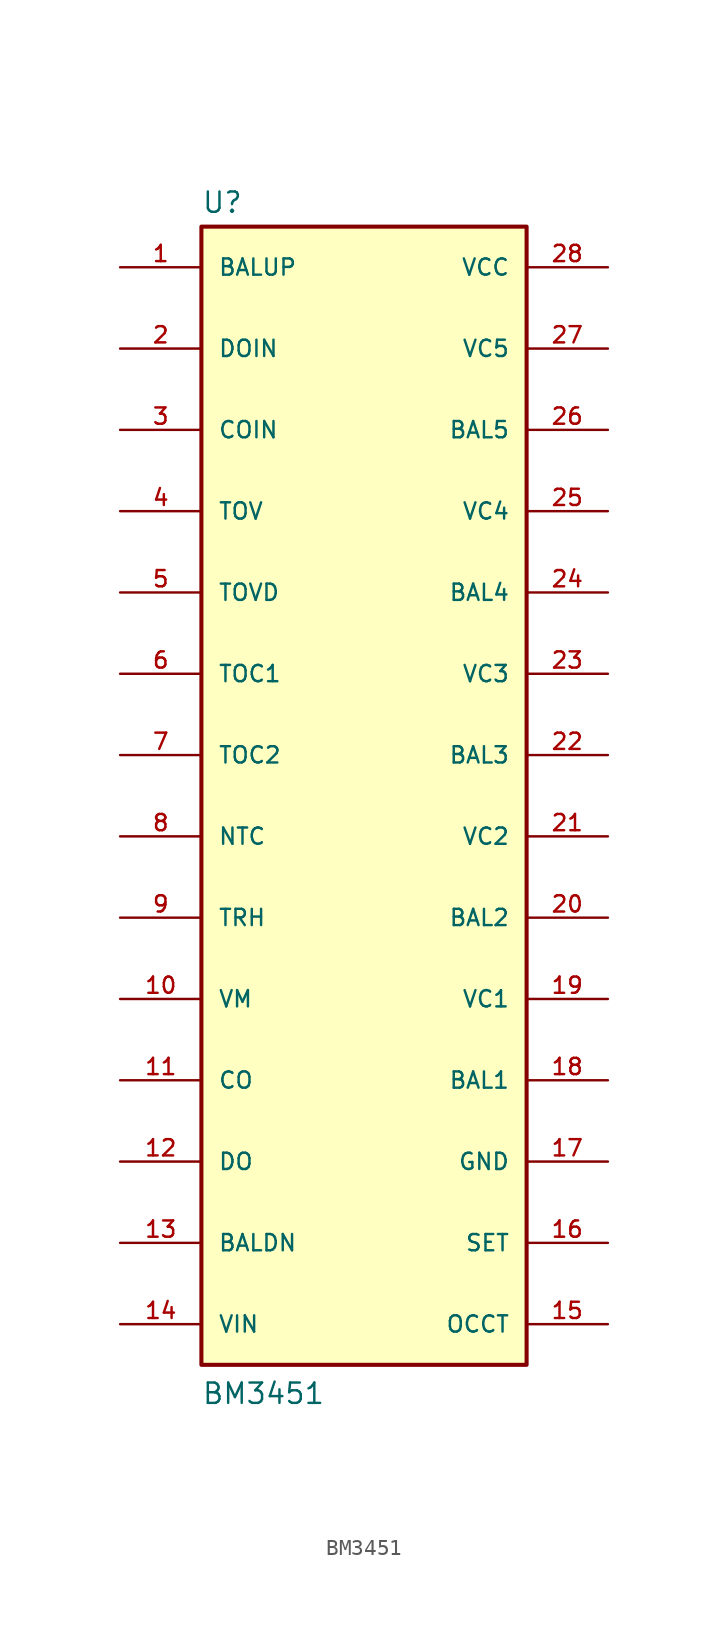
<source format=kicad_sym>
(kicad_symbol_lib
  (version 20211014)
  (generator kicad_symbol_editor)
  (symbol "BM3451"
    (pin_names
      (offset 1.016))
    (property "Reference" "U"
      (at -10.16 36.322 0)
      (effects (font (size 1.27 1.27)) (justify left bottom)))
    (property "Value" "BM3451"
      (at -10.16 -38.1 0)
      (effects (font (size 1.27 1.27)) (justify left bottom)))
    (property "ki_locked" ""
      (at 0 0 0)
      (effects (font (size 1.27 1.27))))
    (symbol "BM3451_0_0"
      (rectangle (start -10.16 -35.56) (end 10.16 35.56) (stroke (width 0.254) (type default) (color 0 0 0 0)) (fill (type background)))
      (pin bidirectional line (at -15.24 33.02 0) (length 5.08) (name "BALUP" (effects (font (size 1.016 1.016)))) (number "1" (effects (font (size 1.016 1.016)))))
      (pin bidirectional line (at -15.24 -12.7 0) (length 5.08) (name "VM" (effects (font (size 1.016 1.016)))) (number "10" (effects (font (size 1.016 1.016)))))
      (pin bidirectional line (at -15.24 -17.78 0) (length 5.08) (name "CO" (effects (font (size 1.016 1.016)))) (number "11" (effects (font (size 1.016 1.016)))))
      (pin bidirectional line (at -15.24 -22.86 0) (length 5.08) (name "DO" (effects (font (size 1.016 1.016)))) (number "12" (effects (font (size 1.016 1.016)))))
      (pin bidirectional line (at -15.24 -27.94 0) (length 5.08) (name "BALDN" (effects (font (size 1.016 1.016)))) (number "13" (effects (font (size 1.016 1.016)))))
      (pin bidirectional line (at -15.24 -33.02 0) (length 5.08) (name "VIN" (effects (font (size 1.016 1.016)))) (number "14" (effects (font (size 1.016 1.016)))))
      (pin bidirectional line (at 15.24 -33.02 180) (length 5.08) (name "OCCT" (effects (font (size 1.016 1.016)))) (number "15" (effects (font (size 1.016 1.016)))))
      (pin bidirectional line (at 15.24 -27.94 180) (length 5.08) (name "SET" (effects (font (size 1.016 1.016)))) (number "16" (effects (font (size 1.016 1.016)))))
      (pin bidirectional line (at 15.24 -22.86 180) (length 5.08) (name "GND" (effects (font (size 1.016 1.016)))) (number "17" (effects (font (size 1.016 1.016)))))
      (pin bidirectional line (at 15.24 -17.78 180) (length 5.08) (name "BAL1" (effects (font (size 1.016 1.016)))) (number "18" (effects (font (size 1.016 1.016)))))
      (pin bidirectional line (at 15.24 -12.7 180) (length 5.08) (name "VC1" (effects (font (size 1.016 1.016)))) (number "19" (effects (font (size 1.016 1.016)))))
      (pin bidirectional line (at -15.24 27.94 0) (length 5.08) (name "DOIN" (effects (font (size 1.016 1.016)))) (number "2" (effects (font (size 1.016 1.016)))))
      (pin bidirectional line (at 15.24 -7.62 180) (length 5.08) (name "BAL2" (effects (font (size 1.016 1.016)))) (number "20" (effects (font (size 1.016 1.016)))))
      (pin bidirectional line (at 15.24 -2.54 180) (length 5.08) (name "VC2" (effects (font (size 1.016 1.016)))) (number "21" (effects (font (size 1.016 1.016)))))
      (pin bidirectional line (at 15.24 2.54 180) (length 5.08) (name "BAL3" (effects (font (size 1.016 1.016)))) (number "22" (effects (font (size 1.016 1.016)))))
      (pin bidirectional line (at 15.24 7.62 180) (length 5.08) (name "VC3" (effects (font (size 1.016 1.016)))) (number "23" (effects (font (size 1.016 1.016)))))
      (pin bidirectional line (at 15.24 12.7 180) (length 5.08) (name "BAL4" (effects (font (size 1.016 1.016)))) (number "24" (effects (font (size 1.016 1.016)))))
      (pin bidirectional line (at 15.24 17.78 180) (length 5.08) (name "VC4" (effects (font (size 1.016 1.016)))) (number "25" (effects (font (size 1.016 1.016)))))
      (pin bidirectional line (at 15.24 22.86 180) (length 5.08) (name "BAL5" (effects (font (size 1.016 1.016)))) (number "26" (effects (font (size 1.016 1.016)))))
      (pin bidirectional line (at 15.24 27.94 180) (length 5.08) (name "VC5" (effects (font (size 1.016 1.016)))) (number "27" (effects (font (size 1.016 1.016)))))
      (pin bidirectional line (at 15.24 33.02 180) (length 5.08) (name "VCC" (effects (font (size 1.016 1.016)))) (number "28" (effects (font (size 1.016 1.016)))))
      (pin bidirectional line (at -15.24 22.86 0) (length 5.08) (name "COIN" (effects (font (size 1.016 1.016)))) (number "3" (effects (font (size 1.016 1.016)))))
      (pin bidirectional line (at -15.24 17.78 0) (length 5.08) (name "TOV" (effects (font (size 1.016 1.016)))) (number "4" (effects (font (size 1.016 1.016)))))
      (pin bidirectional line (at -15.24 12.7 0) (length 5.08) (name "TOVD" (effects (font (size 1.016 1.016)))) (number "5" (effects (font (size 1.016 1.016)))))
      (pin bidirectional line (at -15.24 7.62 0) (length 5.08) (name "TOC1" (effects (font (size 1.016 1.016)))) (number "6" (effects (font (size 1.016 1.016)))))
      (pin bidirectional line (at -15.24 2.54 0) (length 5.08) (name "TOC2" (effects (font (size 1.016 1.016)))) (number "7" (effects (font (size 1.016 1.016)))))
      (pin bidirectional line (at -15.24 -2.54 0) (length 5.08) (name "NTC" (effects (font (size 1.016 1.016)))) (number "8" (effects (font (size 1.016 1.016)))))
      (pin bidirectional line (at -15.24 -7.62 0) (length 5.08) (name "TRH" (effects (font (size 1.016 1.016)))) (number "9" (effects (font (size 1.016 1.016))))))))
</source>
